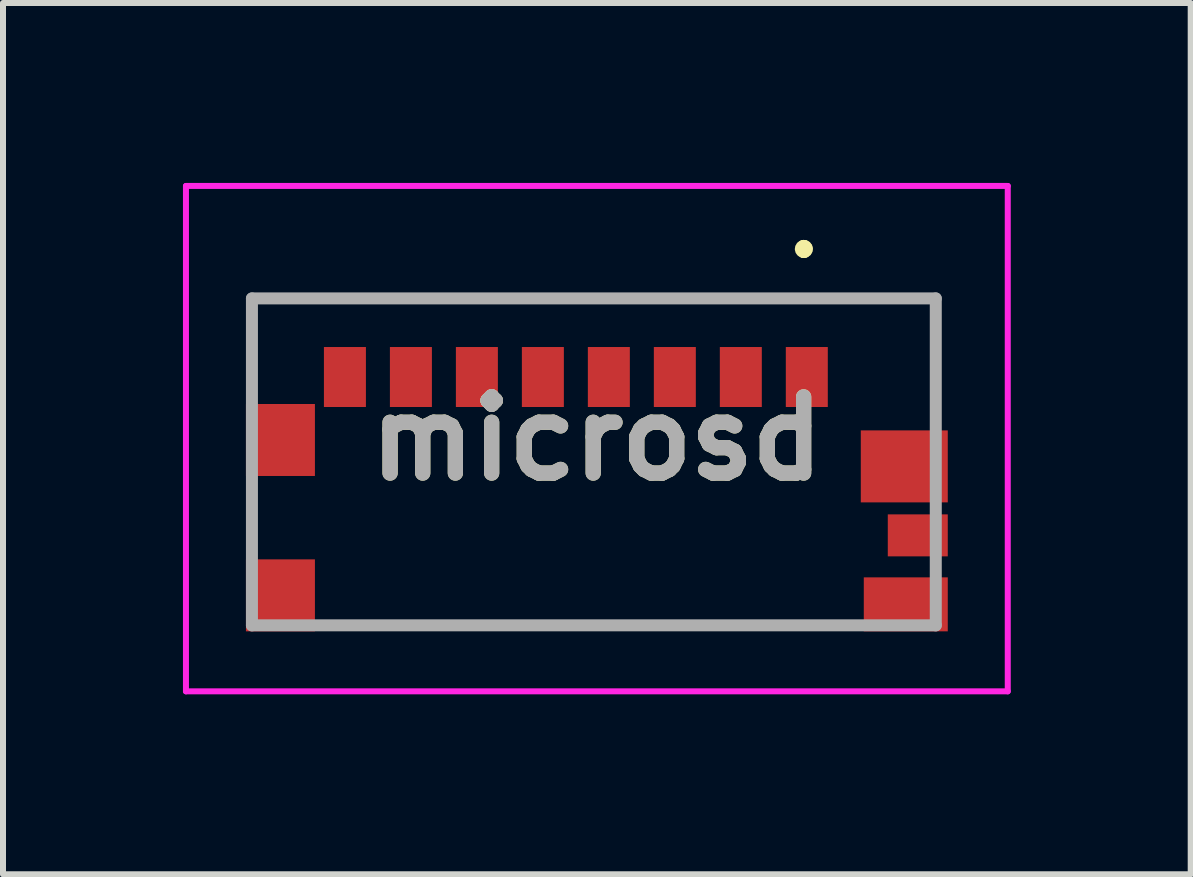
<source format=kicad_pcb>
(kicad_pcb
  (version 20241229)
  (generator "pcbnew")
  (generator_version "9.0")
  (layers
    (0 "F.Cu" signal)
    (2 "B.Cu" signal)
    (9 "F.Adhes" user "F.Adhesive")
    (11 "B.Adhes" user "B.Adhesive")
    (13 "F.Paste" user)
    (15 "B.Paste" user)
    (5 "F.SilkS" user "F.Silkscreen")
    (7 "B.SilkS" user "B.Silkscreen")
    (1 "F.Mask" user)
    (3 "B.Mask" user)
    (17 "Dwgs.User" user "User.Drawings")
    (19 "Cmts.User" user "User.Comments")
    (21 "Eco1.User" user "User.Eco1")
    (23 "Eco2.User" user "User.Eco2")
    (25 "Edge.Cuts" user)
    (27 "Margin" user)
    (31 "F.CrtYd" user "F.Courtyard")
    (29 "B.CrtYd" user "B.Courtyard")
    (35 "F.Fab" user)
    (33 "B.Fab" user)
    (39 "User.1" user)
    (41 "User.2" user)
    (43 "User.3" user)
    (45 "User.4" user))
  (footprint "microsd"
    (layer "F.Cu")
    (at 6.85 4.675)
    (property "Reference" "microsd" (at 0.05 -0.413 0) (layer "F.SilkS") (effects (font (size 1.27 1.27) (thickness 0.254))))
    (attr smd)
    (fp_line (start -5.7 -2.75) (end 5.7 -2.75) (stroke (width 0.1) (type solid)) (layer "F.SilkS"))
    (fp_line (start -5.7 -1.225) (end -5.7 -2.75) (stroke (width 0.1) (type solid)) (layer "F.SilkS"))
    (fp_line (start -4.4 2.7) (end 4.2 2.7) (stroke (width 0.1) (type solid)) (layer "F.SilkS"))
    (fp_line (start 3.5 -3.625) (end 3.5 -3.625) (stroke (width 0.2) (type solid)) (layer "F.SilkS"))
    (fp_line (start 3.5 -3.525) (end 3.5 -3.525) (stroke (width 0.2) (type solid)) (layer "F.SilkS"))
    (fp_line (start 3.5 -3.525) (end 3.5 -3.525) (stroke (width 0.2) (type solid)) (layer "F.SilkS"))
    (fp_line (start 5.7 -2.75) (end 5.7 -0.825) (stroke (width 0.1) (type solid)) (layer "F.SilkS"))
    (fp_arc (start 3.5 -3.625) (mid 3.55 -3.575) (end 3.5 -3.525) (stroke (width 0.2) (type solid)) (layer "F.SilkS"))
    (fp_arc (start 3.5 -3.625) (mid 3.55 -3.575) (end 3.5 -3.525) (stroke (width 0.2) (type solid)) (layer "F.SilkS"))
    (fp_arc (start 3.5 -3.525) (mid 3.45 -3.575) (end 3.5 -3.625) (stroke (width 0.2) (type solid)) (layer "F.SilkS"))
    (fp_line (start -6.8 -4.625) (end 6.9 -4.625) (stroke (width 0.1) (type solid)) (layer "F.CrtYd"))
    (fp_line (start -6.8 3.8) (end -6.8 -4.625) (stroke (width 0.1) (type solid)) (layer "F.CrtYd"))
    (fp_line (start 6.9 -4.625) (end 6.9 3.8) (stroke (width 0.1) (type solid)) (layer "F.CrtYd"))
    (fp_line (start 6.9 3.8) (end -6.8 3.8) (stroke (width 0.1) (type solid)) (layer "F.CrtYd"))
    (fp_line (start -5.7 -2.75) (end 5.7 -2.75) (stroke (width 0.2) (type solid)) (layer "F.Fab"))
    (fp_line (start -5.7 2.7) (end -5.7 -2.75) (stroke (width 0.2) (type solid)) (layer "F.Fab"))
    (fp_line (start 5.7 -2.75) (end 5.7 2.7) (stroke (width 0.2) (type solid)) (layer "F.Fab"))
    (fp_line (start 5.7 2.7) (end -5.7 2.7) (stroke (width 0.2) (type solid)) (layer "F.Fab"))
    (fp_text user "${REFERENCE}" (at 0.05 -0.413 0) (layer "F.Fab") (effects (font (size 1.27 1.27) (thickness 0.254))))
    (pad "G1" smd rect (at -5.225 -0.39) (size 1.15 1.2) (layers "F.Cu" "F.Mask" "F.Paste"))
    (pad "G2" smd rect (at -5.225 2.2) (size 1.15 1.2) (layers "F.Cu" "F.Mask" "F.Paste"))
    (pad "G3" smd rect (at 5.175 0.05 90) (size 1.2 1.45) (layers "F.Cu" "F.Mask" "F.Paste"))
    (pad "G4" smd rect (at 5.4 1.2 90) (size 0.7 1) (layers "F.Cu" "F.Mask" "F.Paste"))
    (pad "G5" smd rect (at 5.2 2.35 90) (size 0.9 1.4) (layers "F.Cu" "F.Mask" "F.Paste"))
    (pad "P1" smd rect (at 3.55 -1.44) (size 0.7 1) (layers "F.Cu" "F.Mask" "F.Paste"))
    (pad "P2" smd rect (at 2.45 -1.44) (size 0.7 1) (layers "F.Cu" "F.Mask" "F.Paste"))
    (pad "P3" smd rect (at 1.35 -1.44) (size 0.7 1) (layers "F.Cu" "F.Mask" "F.Paste"))
    (pad "P4" smd rect (at 0.25 -1.44) (size 0.7 1) (layers "F.Cu" "F.Mask" "F.Paste"))
    (pad "P5" smd rect (at -0.85 -1.44) (size 0.7 1) (layers "F.Cu" "F.Mask" "F.Paste"))
    (pad "P6" smd rect (at -1.95 -1.44) (size 0.7 1) (layers "F.Cu" "F.Mask" "F.Paste"))
    (pad "P7" smd rect (at -3.05 -1.44) (size 0.7 1) (layers "F.Cu" "F.Mask" "F.Paste"))
    (pad "P8" smd rect (at -4.15 -1.44) (size 0.7 1) (layers "F.Cu" "F.Mask" "F.Paste")))
  (gr_rect
    (start -3 -3)
    (end 16.8 11.525)
    (stroke (width 0.1) (type default))
    (fill no)
    (layer "Edge.Cuts")))
</source>
